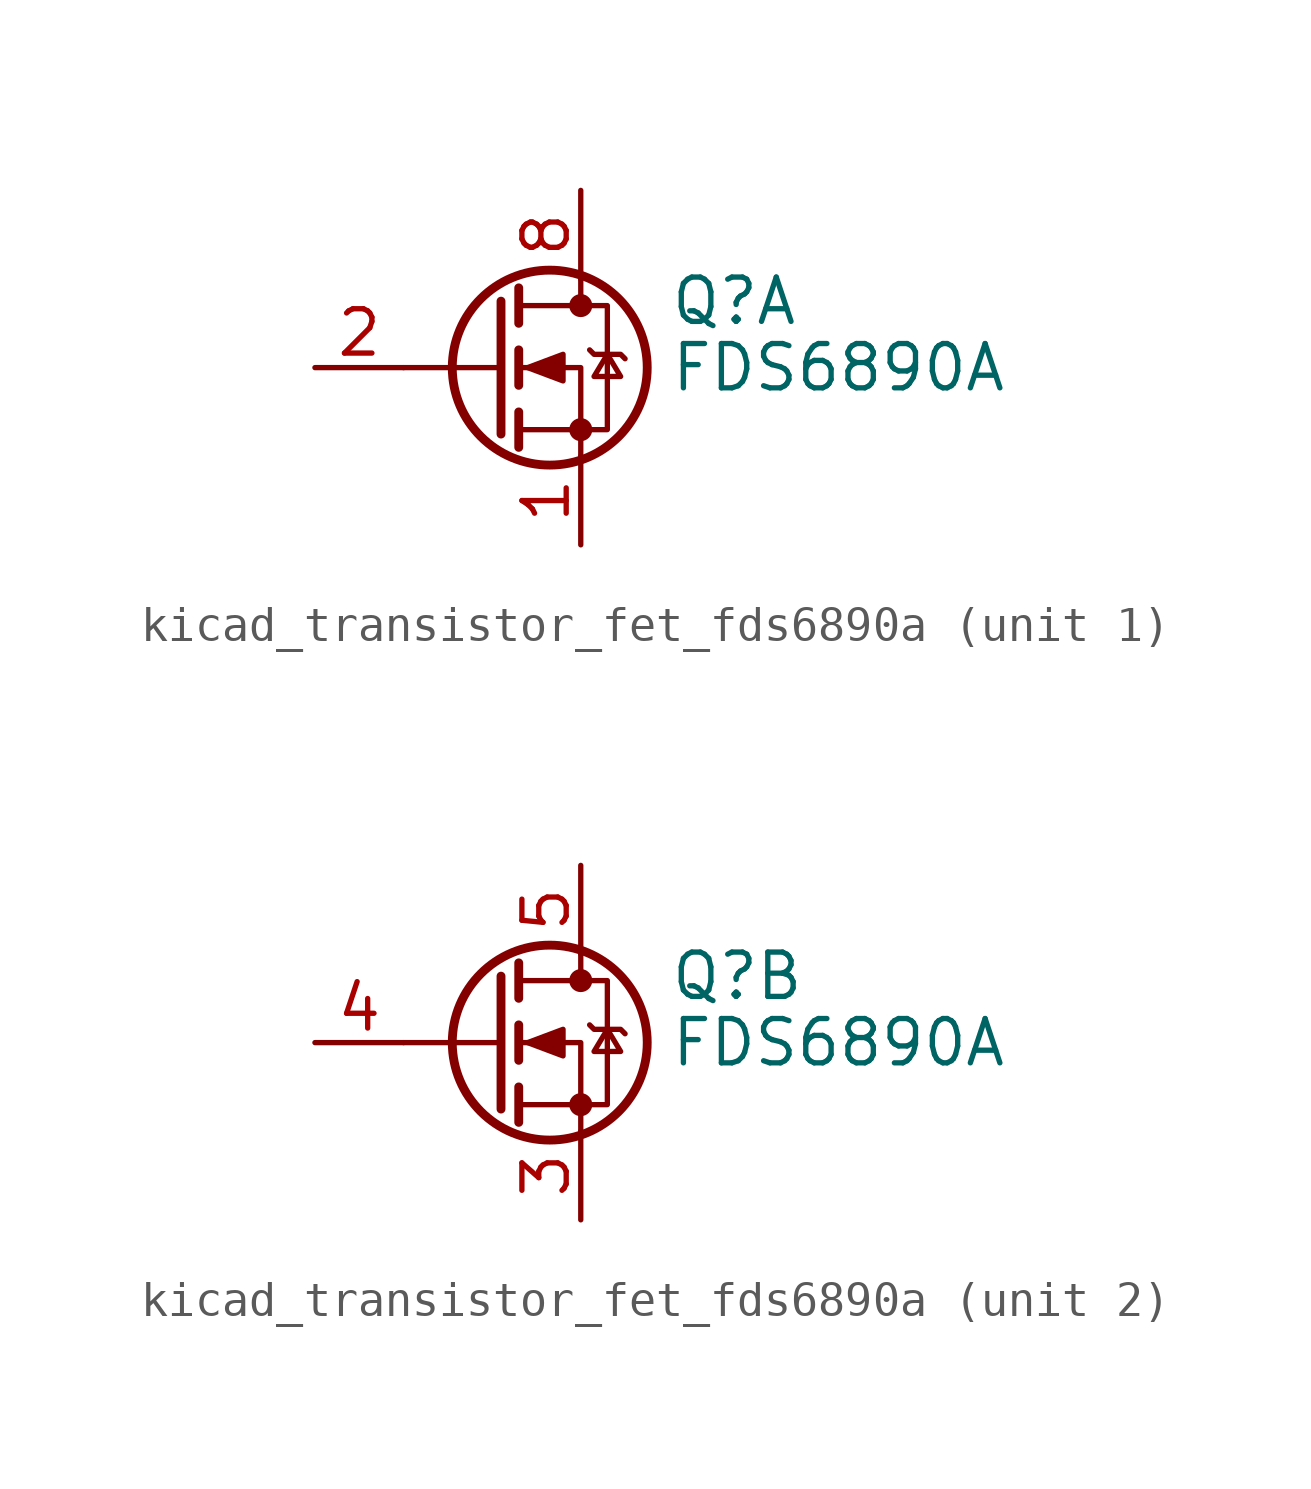
<source format=kicad_sym>
(kicad_symbol_lib
  (version 20220914)
  (generator kicad_symbol_editor)
  (symbol "kicad_transistor_fet_fds6890a"
    (pin_names hide)
    (property "Reference" "Q"
      (at 5.08 1.905 0)
      (effects (font (size 1.27 1.27)) (justify left)))
    (property "Value" "FDS6890A"
      (at 5.08 0 0)
      (effects (font (size 1.27 1.27)) (justify left)))
    (symbol "kicad_transistor_fet_fds6890a_0_1"
      (polyline (pts (xy 0.254 0) (xy -2.54 0)) (stroke (width 0) (type default)) (fill (type none)))
      (polyline (pts (xy 0.254 1.905) (xy 0.254 -1.905)) (stroke (width 0.254) (type default)) (fill (type none)))
      (polyline (pts (xy 0.762 -1.27) (xy 0.762 -2.286)) (stroke (width 0.254) (type default)) (fill (type none)))
      (polyline (pts (xy 0.762 0.508) (xy 0.762 -0.508)) (stroke (width 0.254) (type default)) (fill (type none)))
      (polyline (pts (xy 0.762 2.286) (xy 0.762 1.27)) (stroke (width 0.254) (type default)) (fill (type none)))
      (polyline (pts (xy 2.54 2.54) (xy 2.54 1.778)) (stroke (width 0) (type default)) (fill (type none)))
      (polyline (pts (xy 2.54 -2.54) (xy 2.54 0) (xy 0.762 0)) (stroke (width 0) (type default)) (fill (type none)))
      (polyline (pts (xy 0.762 -1.778) (xy 3.302 -1.778) (xy 3.302 1.778) (xy 0.762 1.778)) (stroke (width 0) (type default)) (fill (type none)))
      (polyline (pts (xy 1.016 0) (xy 2.032 0.381) (xy 2.032 -0.381) (xy 1.016 0)) (stroke (width 0) (type default)) (fill (type outline)))
      (polyline (pts (xy 2.794 0.508) (xy 2.921 0.381) (xy 3.683 0.381) (xy 3.81 0.254)) (stroke (width 0) (type default)) (fill (type none)))
      (polyline (pts (xy 3.302 0.381) (xy 2.921 -0.254) (xy 3.683 -0.254) (xy 3.302 0.381)) (stroke (width 0) (type default)) (fill (type none)))
      (circle (center 1.651 0) (radius 2.794) (stroke (width 0.254) (type default)) (fill (type none)))
      (circle (center 2.54 -1.778) (radius 0.254) (stroke (width 0) (type default)) (fill (type outline)))
      (circle (center 2.54 1.778) (radius 0.254) (stroke (width 0) (type default)) (fill (type outline))))
    (symbol "kicad_transistor_fet_fds6890a_1_1"
      (pin passive line (at 2.54 -5.08 90) (length 2.54) (name "S1" (effects (font (size 1.27 1.27)))) (number "1" (effects (font (size 1.27 1.27)))))
      (pin passive line (at -5.08 0 0) (length 2.54) (name "G1" (effects (font (size 1.27 1.27)))) (number "2" (effects (font (size 1.27 1.27)))))
      (pin passive line (at 2.54 5.08 270) (length 2.54) hide (name "D1" (effects (font (size 1.27 1.27)))) (number "7" (effects (font (size 1.27 1.27)))))
      (pin passive line (at 2.54 5.08 270) (length 2.54) (name "D1" (effects (font (size 1.27 1.27)))) (number "8" (effects (font (size 1.27 1.27))))))
    (symbol "kicad_transistor_fet_fds6890a_2_1"
      (pin passive line (at 2.54 -5.08 90) (length 2.54) (name "S2" (effects (font (size 1.27 1.27)))) (number "3" (effects (font (size 1.27 1.27)))))
      (pin passive line (at -5.08 0 0) (length 2.54) (name "G2" (effects (font (size 1.27 1.27)))) (number "4" (effects (font (size 1.27 1.27)))))
      (pin passive line (at 2.54 5.08 270) (length 2.54) (name "D2" (effects (font (size 1.27 1.27)))) (number "5" (effects (font (size 1.27 1.27)))))
      (pin passive line (at 2.54 5.08 270) (length 2.54) hide (name "D2" (effects (font (size 1.27 1.27)))) (number "6" (effects (font (size 1.27 1.27))))))))
</source>
